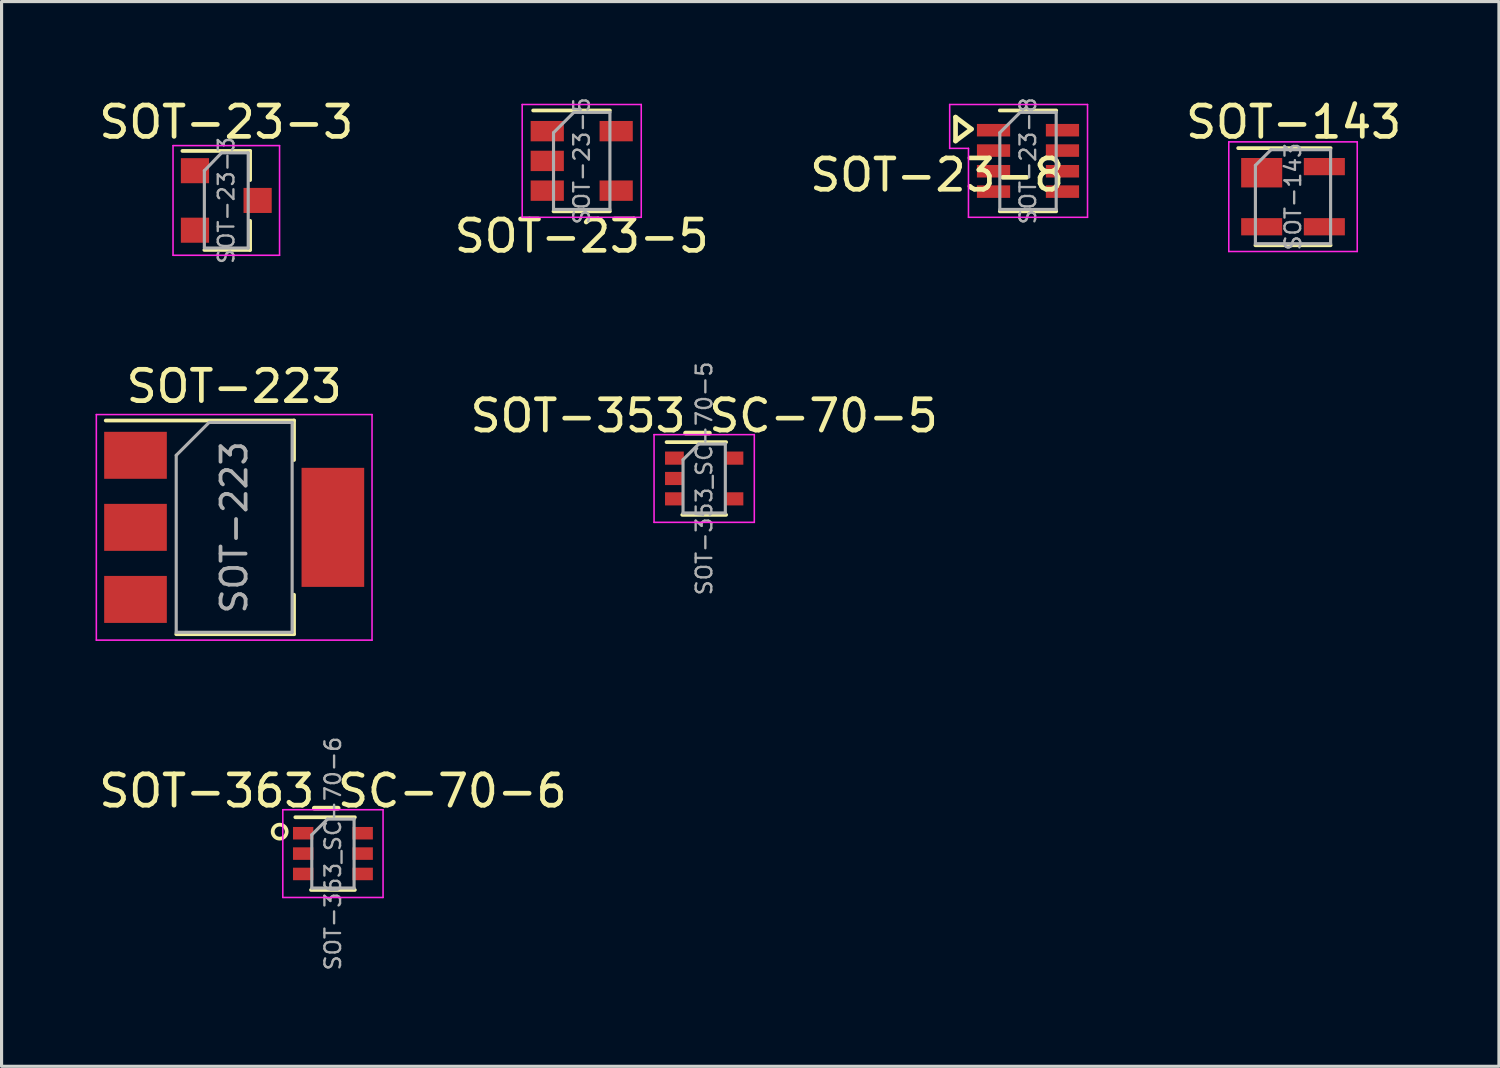
<source format=kicad_pcb>
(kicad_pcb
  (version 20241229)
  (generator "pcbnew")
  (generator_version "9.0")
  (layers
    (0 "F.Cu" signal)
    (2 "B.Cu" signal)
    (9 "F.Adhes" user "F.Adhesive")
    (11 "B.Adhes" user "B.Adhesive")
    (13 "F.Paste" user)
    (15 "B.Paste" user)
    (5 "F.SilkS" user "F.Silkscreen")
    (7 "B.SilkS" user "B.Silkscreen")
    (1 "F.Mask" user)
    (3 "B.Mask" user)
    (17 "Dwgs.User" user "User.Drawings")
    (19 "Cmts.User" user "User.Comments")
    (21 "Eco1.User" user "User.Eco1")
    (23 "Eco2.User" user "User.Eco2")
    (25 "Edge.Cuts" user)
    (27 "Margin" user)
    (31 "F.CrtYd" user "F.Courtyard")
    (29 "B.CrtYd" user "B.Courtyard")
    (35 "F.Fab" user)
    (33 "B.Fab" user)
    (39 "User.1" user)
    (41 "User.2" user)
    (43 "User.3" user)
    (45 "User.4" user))
  (footprint "SOT-23-8"
    (layer "F.Cu")
    (at 29.763 2.086)
    (property "Reference" "SOT-23-8" (at -2.9 0.45 0) (layer "F.SilkS") (effects (font (size 1 1) (thickness 0.15))))
    (attr smd)
    (fp_line (start -2.313 -1.397) (end -2.313 -0.635) (stroke (width 0.15) (type solid)) (layer "F.SilkS"))
    (fp_line (start -2.313 -0.635) (end -1.805 -1.016) (stroke (width 0.15) (type solid)) (layer "F.SilkS"))
    (fp_line (start -1.805 -1.016) (end -2.313 -1.397) (stroke (width 0.15) (type solid)) (layer "F.SilkS"))
    (fp_line (start -0.9 1.61) (end 0.9 1.61) (stroke (width 0.12) (type solid)) (layer "F.SilkS"))
    (fp_line (start 0.9 -1.61) (end -0.9 -1.61) (stroke (width 0.12) (type solid)) (layer "F.SilkS"))
    (fp_line (start -2.5 -1.8) (end -2.5 -0.4) (stroke (width 0.05) (type solid)) (layer "F.CrtYd"))
    (fp_line (start -1.9 -0.4) (end -2.5 -0.4) (stroke (width 0.05) (type solid)) (layer "F.CrtYd"))
    (fp_line (start -1.9 -0.4) (end -1.9 1.8) (stroke (width 0.05) (type solid)) (layer "F.CrtYd"))
    (fp_line (start -1.9 1.8) (end 1.9 1.8) (stroke (width 0.05) (type solid)) (layer "F.CrtYd"))
    (fp_line (start 1.9 -1.8) (end -2.5 -1.8) (stroke (width 0.05) (type solid)) (layer "F.CrtYd"))
    (fp_line (start 1.9 1.8) (end 1.9 -1.8) (stroke (width 0.05) (type solid)) (layer "F.CrtYd"))
    (fp_line (start -0.9 -0.9) (end -0.9 1.55) (stroke (width 0.1) (type solid)) (layer "F.Fab"))
    (fp_line (start -0.9 -0.9) (end -0.25 -1.55) (stroke (width 0.1) (type solid)) (layer "F.Fab"))
    (fp_line (start 0.9 -1.55) (end -0.25 -1.55) (stroke (width 0.1) (type solid)) (layer "F.Fab"))
    (fp_line (start 0.9 -1.55) (end 0.9 1.55) (stroke (width 0.1) (type solid)) (layer "F.Fab"))
    (fp_line (start 0.9 1.55) (end -0.9 1.55) (stroke (width 0.1) (type solid)) (layer "F.Fab"))
    (fp_text user "${REFERENCE}" (at 0 0 270) (layer "F.Fab") (effects (font (size 0.5 0.5) (thickness 0.075))))
    (pad "1" smd rect (at -1.1 -0.98) (size 1.06 0.4) (layers "F.Cu" "F.Mask" "F.Paste"))
    (pad "2" smd rect (at -1.1 -0.33) (size 1.06 0.4) (layers "F.Cu" "F.Mask" "F.Paste"))
    (pad "3" smd rect (at -1.1 0.33) (size 1.06 0.4) (layers "F.Cu" "F.Mask" "F.Paste"))
    (pad "4" smd rect (at -1.1 0.98) (size 1.06 0.4) (layers "F.Cu" "F.Mask" "F.Paste"))
    (pad "5" smd rect (at 1.1 0.98) (size 1.06 0.4) (layers "F.Cu" "F.Mask" "F.Paste"))
    (pad "6" smd rect (at 1.1 0.33) (size 1.06 0.4) (layers "F.Cu" "F.Mask" "F.Paste"))
    (pad "7" smd rect (at 1.1 -0.33) (size 1.06 0.4) (layers "F.Cu" "F.Mask" "F.Paste"))
    (pad "8" smd rect (at 1.1 -0.98) (size 1.06 0.4) (layers "F.Cu" "F.Mask" "F.Paste")))
  (footprint "SOT-143"
    (layer "F.Cu")
    (at 38.222 3.228)
    (property "Reference" "SOT-143" (at 0.02 -2.38 0) (layer "F.SilkS") (effects (font (size 1 1) (thickness 0.15))))
    (attr smd)
    (fp_line (start -1.2 1.55) (end 1.2 1.55) (stroke (width 0.12) (type solid)) (layer "F.SilkS"))
    (fp_line (start 1.2 -1.55) (end -1.75 -1.55) (stroke (width 0.12) (type solid)) (layer "F.SilkS"))
    (fp_line (start -2.05 1.75) (end -2.05 -1.75) (stroke (width 0.05) (type solid)) (layer "F.CrtYd"))
    (fp_line (start -2.05 1.75) (end 2.05 1.75) (stroke (width 0.05) (type solid)) (layer "F.CrtYd"))
    (fp_line (start 2.05 -1.75) (end -2.05 -1.75) (stroke (width 0.05) (type solid)) (layer "F.CrtYd"))
    (fp_line (start 2.05 -1.75) (end 2.05 1.75) (stroke (width 0.05) (type solid)) (layer "F.CrtYd"))
    (fp_line (start -1.2 -1) (end -0.7 -1.5) (stroke (width 0.1) (type solid)) (layer "F.Fab"))
    (fp_line (start -1.2 1.5) (end -1.2 -1) (stroke (width 0.1) (type solid)) (layer "F.Fab"))
    (fp_line (start -0.7 -1.5) (end 1.2 -1.5) (stroke (width 0.1) (type solid)) (layer "F.Fab"))
    (fp_line (start 1.2 -1.5) (end 1.2 1.5) (stroke (width 0.1) (type solid)) (layer "F.Fab"))
    (fp_line (start 1.2 1.5) (end -1.2 1.5) (stroke (width 0.1) (type solid)) (layer "F.Fab"))
    (fp_text user "${REFERENCE}" (at 0 0 90) (layer "F.Fab") (effects (font (size 0.5 0.5) (thickness 0.075))))
    (pad "1" smd rect (at -1 -0.765) (size 1.31 0.94) (layers "F.Cu" "F.Mask" "F.Paste"))
    (pad "2" smd rect (at -1 0.96) (size 1.31 0.55) (layers "F.Cu" "F.Mask" "F.Paste"))
    (pad "3" smd rect (at 1 0.96) (size 1.31 0.55) (layers "F.Cu" "F.Mask" "F.Paste"))
    (pad "4" smd rect (at 1 -0.96) (size 1.31 0.55) (layers "F.Cu" "F.Mask" "F.Paste")))
  (footprint "SOT-23-3"
    (layer "F.Cu")
    (at 4.173 3.348)
    (property "Reference" "SOT-23-3" (at 0 -2.5 0) (layer "F.SilkS") (effects (font (size 1 1) (thickness 0.15))))
    (attr smd)
    (fp_line (start 0.76 -1.58) (end -1.4 -1.58) (stroke (width 0.12) (type solid)) (layer "F.SilkS"))
    (fp_line (start 0.76 -1.58) (end 0.76 -0.65) (stroke (width 0.12) (type solid)) (layer "F.SilkS"))
    (fp_line (start 0.76 1.58) (end -0.7 1.58) (stroke (width 0.12) (type solid)) (layer "F.SilkS"))
    (fp_line (start 0.76 1.58) (end 0.76 0.65) (stroke (width 0.12) (type solid)) (layer "F.SilkS"))
    (fp_line (start -1.7 -1.75) (end 1.7 -1.75) (stroke (width 0.05) (type solid)) (layer "F.CrtYd"))
    (fp_line (start -1.7 1.75) (end -1.7 -1.75) (stroke (width 0.05) (type solid)) (layer "F.CrtYd"))
    (fp_line (start 1.7 -1.75) (end 1.7 1.75) (stroke (width 0.05) (type solid)) (layer "F.CrtYd"))
    (fp_line (start 1.7 1.75) (end -1.7 1.75) (stroke (width 0.05) (type solid)) (layer "F.CrtYd"))
    (fp_line (start -0.7 -0.95) (end -0.7 1.5) (stroke (width 0.1) (type solid)) (layer "F.Fab"))
    (fp_line (start -0.7 -0.95) (end -0.15 -1.52) (stroke (width 0.1) (type solid)) (layer "F.Fab"))
    (fp_line (start -0.7 1.52) (end 0.7 1.52) (stroke (width 0.1) (type solid)) (layer "F.Fab"))
    (fp_line (start -0.15 -1.52) (end 0.7 -1.52) (stroke (width 0.1) (type solid)) (layer "F.Fab"))
    (fp_line (start 0.7 -1.52) (end 0.7 1.52) (stroke (width 0.1) (type solid)) (layer "F.Fab"))
    (fp_text user "${REFERENCE}" (at 0 0 90) (layer "F.Fab") (effects (font (size 0.5 0.5) (thickness 0.075))))
    (pad "1" smd rect (at -1 -0.95) (size 0.9 0.8) (layers "F.Cu" "F.Mask" "F.Paste"))
    (pad "2" smd rect (at -1 0.95) (size 0.9 0.8) (layers "F.Cu" "F.Mask" "F.Paste"))
    (pad "3" smd rect (at 1 0) (size 0.9 0.8) (layers "F.Cu" "F.Mask" "F.Paste")))
  (footprint "SOT-23-5"
    (layer "F.Cu")
    (at 15.518 2.086)
    (property "Reference" "SOT-23-5" (at 0 2.4 0) (layer "F.SilkS") (effects (font (size 1 1) (thickness 0.15))))
    (attr smd)
    (fp_line (start -0.9 1.61) (end 0.9 1.61) (stroke (width 0.12) (type solid)) (layer "F.SilkS"))
    (fp_line (start 0.9 -1.61) (end -1.55 -1.61) (stroke (width 0.12) (type solid)) (layer "F.SilkS"))
    (fp_line (start -1.9 -1.8) (end 1.9 -1.8) (stroke (width 0.05) (type solid)) (layer "F.CrtYd"))
    (fp_line (start -1.9 1.8) (end -1.9 -1.8) (stroke (width 0.05) (type solid)) (layer "F.CrtYd"))
    (fp_line (start 1.9 -1.8) (end 1.9 1.8) (stroke (width 0.05) (type solid)) (layer "F.CrtYd"))
    (fp_line (start 1.9 1.8) (end -1.9 1.8) (stroke (width 0.05) (type solid)) (layer "F.CrtYd"))
    (fp_line (start -0.9 -0.9) (end -0.9 1.55) (stroke (width 0.1) (type solid)) (layer "F.Fab"))
    (fp_line (start -0.9 -0.9) (end -0.25 -1.55) (stroke (width 0.1) (type solid)) (layer "F.Fab"))
    (fp_line (start 0.9 -1.55) (end -0.25 -1.55) (stroke (width 0.1) (type solid)) (layer "F.Fab"))
    (fp_line (start 0.9 -1.55) (end 0.9 1.55) (stroke (width 0.1) (type solid)) (layer "F.Fab"))
    (fp_line (start 0.9 1.55) (end -0.9 1.55) (stroke (width 0.1) (type solid)) (layer "F.Fab"))
    (fp_text user "${REFERENCE}" (at 0 0 90) (layer "F.Fab") (effects (font (size 0.5 0.5) (thickness 0.075))))
    (pad "1" smd rect (at -1.1 -0.95) (size 1.06 0.65) (layers "F.Cu" "F.Mask" "F.Paste"))
    (pad "2" smd rect (at -1.1 0) (size 1.06 0.65) (layers "F.Cu" "F.Mask" "F.Paste"))
    (pad "3" smd rect (at -1.1 0.95) (size 1.06 0.65) (layers "F.Cu" "F.Mask" "F.Paste"))
    (pad "4" smd rect (at 1.1 0.95) (size 1.06 0.65) (layers "F.Cu" "F.Mask" "F.Paste"))
    (pad "5" smd rect (at 1.1 -0.95) (size 1.06 0.65) (layers "F.Cu" "F.Mask" "F.Paste")))
  (footprint "SOT-223"
    (layer "F.Cu")
    (at 4.425 13.783)
    (property "Reference" "SOT-223" (at 0 -4.5 0) (layer "F.SilkS") (effects (font (size 1 1) (thickness 0.15))))
    (attr smd)
    (fp_line (start -4.1 -3.41) (end 1.91 -3.41) (stroke (width 0.12) (type solid)) (layer "F.SilkS"))
    (fp_line (start -1.85 3.41) (end 1.91 3.41) (stroke (width 0.12) (type solid)) (layer "F.SilkS"))
    (fp_line (start 1.91 -3.41) (end 1.91 -2.15) (stroke (width 0.12) (type solid)) (layer "F.SilkS"))
    (fp_line (start 1.91 3.41) (end 1.91 2.15) (stroke (width 0.12) (type solid)) (layer "F.SilkS"))
    (fp_line (start -4.4 -3.6) (end -4.4 3.6) (stroke (width 0.05) (type solid)) (layer "F.CrtYd"))
    (fp_line (start -4.4 3.6) (end 4.4 3.6) (stroke (width 0.05) (type solid)) (layer "F.CrtYd"))
    (fp_line (start 4.4 -3.6) (end -4.4 -3.6) (stroke (width 0.05) (type solid)) (layer "F.CrtYd"))
    (fp_line (start 4.4 3.6) (end 4.4 -3.6) (stroke (width 0.05) (type solid)) (layer "F.CrtYd"))
    (fp_line (start -1.85 -2.3) (end -1.85 3.35) (stroke (width 0.1) (type solid)) (layer "F.Fab"))
    (fp_line (start -1.85 -2.3) (end -0.8 -3.35) (stroke (width 0.1) (type solid)) (layer "F.Fab"))
    (fp_line (start -1.85 3.35) (end 1.85 3.35) (stroke (width 0.1) (type solid)) (layer "F.Fab"))
    (fp_line (start -0.8 -3.35) (end 1.85 -3.35) (stroke (width 0.1) (type solid)) (layer "F.Fab"))
    (fp_line (start 1.85 -3.35) (end 1.85 3.35) (stroke (width 0.1) (type solid)) (layer "F.Fab"))
    (fp_text user "${REFERENCE}" (at 0 0 90) (layer "F.Fab") (effects (font (size 0.8 0.8) (thickness 0.12))))
    (pad "1" smd rect (at -3.15 -2.3) (size 2 1.5) (layers "F.Cu" "F.Mask" "F.Paste"))
    (pad "2" smd rect (at -3.15 0) (size 2 1.5) (layers "F.Cu" "F.Mask" "F.Paste"))
    (pad "3" smd rect (at -3.15 2.3) (size 2 1.5) (layers "F.Cu" "F.Mask" "F.Paste"))
    (pad "4" smd rect (at 3.15 0) (size 2 3.8) (layers "F.Cu" "F.Mask" "F.Paste")))
  (footprint "SOT-363_SC-70-6"
    (layer "F.Cu")
    (at 7.577 24.196)
    (property "Reference" "SOT-363_SC-70-6" (at 0 -2 0) (layer "F.SilkS") (effects (font (size 1 1) (thickness 0.15))))
    (attr smd)
    (fp_line (start -0.7 1.16) (end 0.7 1.16) (stroke (width 0.12) (type solid)) (layer "F.SilkS"))
    (fp_line (start 0.7 -1.16) (end -1.2 -1.16) (stroke (width 0.12) (type solid)) (layer "F.SilkS"))
    (fp_circle (center -1.7 -0.7) (end -1.6 -0.5) (stroke (width 0.12) (type solid)) (fill no) (layer "F.SilkS"))
    (fp_line (start -1.6 -1.4) (end -1.6 1.4) (stroke (width 0.05) (type solid)) (layer "F.CrtYd"))
    (fp_line (start -1.6 -1.4) (end 1.6 -1.4) (stroke (width 0.05) (type solid)) (layer "F.CrtYd"))
    (fp_line (start -1.6 1.4) (end 1.6 1.4) (stroke (width 0.05) (type solid)) (layer "F.CrtYd"))
    (fp_line (start 1.6 1.4) (end 1.6 -1.4) (stroke (width 0.05) (type solid)) (layer "F.CrtYd"))
    (fp_line (start -0.675 -0.6) (end -0.675 1.1) (stroke (width 0.1) (type solid)) (layer "F.Fab"))
    (fp_line (start -0.175 -1.1) (end -0.675 -0.6) (stroke (width 0.1) (type solid)) (layer "F.Fab"))
    (fp_line (start 0.675 -1.1) (end -0.175 -1.1) (stroke (width 0.1) (type solid)) (layer "F.Fab"))
    (fp_line (start 0.675 -1.1) (end 0.675 1.1) (stroke (width 0.1) (type solid)) (layer "F.Fab"))
    (fp_line (start 0.675 1.1) (end -0.675 1.1) (stroke (width 0.1) (type solid)) (layer "F.Fab"))
    (fp_text user "${REFERENCE}" (at 0 0 90) (layer "F.Fab") (effects (font (size 0.5 0.5) (thickness 0.075))))
    (pad "1" smd rect (at -0.95 -0.65) (size 0.65 0.4) (layers "F.Cu" "F.Mask" "F.Paste"))
    (pad "2" smd rect (at -0.95 0) (size 0.65 0.4) (layers "F.Cu" "F.Mask" "F.Paste"))
    (pad "3" smd rect (at -0.95 0.65) (size 0.65 0.4) (layers "F.Cu" "F.Mask" "F.Paste"))
    (pad "4" smd rect (at 0.95 0.65) (size 0.65 0.4) (layers "F.Cu" "F.Mask" "F.Paste"))
    (pad "5" smd rect (at 0.95 0) (size 0.65 0.4) (layers "F.Cu" "F.Mask" "F.Paste"))
    (pad "6" smd rect (at 0.95 -0.65) (size 0.65 0.4) (layers "F.Cu" "F.Mask" "F.Paste")))
  (footprint "SOT-353_SC-70-5"
    (layer "F.Cu")
    (at 19.427 12.223)
    (property "Reference" "SOT-353_SC-70-5" (at 0 -2 0) (layer "F.SilkS") (effects (font (size 1 1) (thickness 0.15))))
    (attr smd)
    (fp_line (start -0.7 1.16) (end 0.7 1.16) (stroke (width 0.12) (type solid)) (layer "F.SilkS"))
    (fp_line (start 0.7 -1.16) (end -1.2 -1.16) (stroke (width 0.12) (type solid)) (layer "F.SilkS"))
    (fp_line (start -1.6 -1.4) (end -1.6 1.4) (stroke (width 0.05) (type solid)) (layer "F.CrtYd"))
    (fp_line (start -1.6 -1.4) (end 1.6 -1.4) (stroke (width 0.05) (type solid)) (layer "F.CrtYd"))
    (fp_line (start -1.6 1.4) (end 1.6 1.4) (stroke (width 0.05) (type solid)) (layer "F.CrtYd"))
    (fp_line (start 1.6 1.4) (end 1.6 -1.4) (stroke (width 0.05) (type solid)) (layer "F.CrtYd"))
    (fp_line (start -0.675 -0.6) (end -0.675 1.1) (stroke (width 0.1) (type solid)) (layer "F.Fab"))
    (fp_line (start -0.175 -1.1) (end -0.675 -0.6) (stroke (width 0.1) (type solid)) (layer "F.Fab"))
    (fp_line (start 0.675 -1.1) (end -0.175 -1.1) (stroke (width 0.1) (type solid)) (layer "F.Fab"))
    (fp_line (start 0.675 -1.1) (end 0.675 1.1) (stroke (width 0.1) (type solid)) (layer "F.Fab"))
    (fp_line (start 0.675 1.1) (end -0.675 1.1) (stroke (width 0.1) (type solid)) (layer "F.Fab"))
    (fp_text user "${REFERENCE}" (at 0 0 90) (layer "F.Fab") (effects (font (size 0.5 0.5) (thickness 0.075))))
    (pad "1" smd rect (at -0.95 -0.65) (size 0.6 0.42) (layers "F.Cu" "F.Mask" "F.Paste"))
    (pad "2" smd rect (at -0.95 0) (size 0.6 0.42) (layers "F.Cu" "F.Mask" "F.Paste"))
    (pad "3" smd rect (at -0.95 0.65) (size 0.6 0.42) (layers "F.Cu" "F.Mask" "F.Paste"))
    (pad "4" smd rect (at 0.95 0.65) (size 0.6 0.42) (layers "F.Cu" "F.Mask" "F.Paste"))
    (pad "5" smd rect (at 0.95 -0.65) (size 0.6 0.42) (layers "F.Cu" "F.Mask" "F.Paste")))
  (gr_rect
    (start -3 -3)
    (end 44.795 30.985)
    (stroke (width 0.1) (type default))
    (fill no)
    (layer "Edge.Cuts")))
</source>
